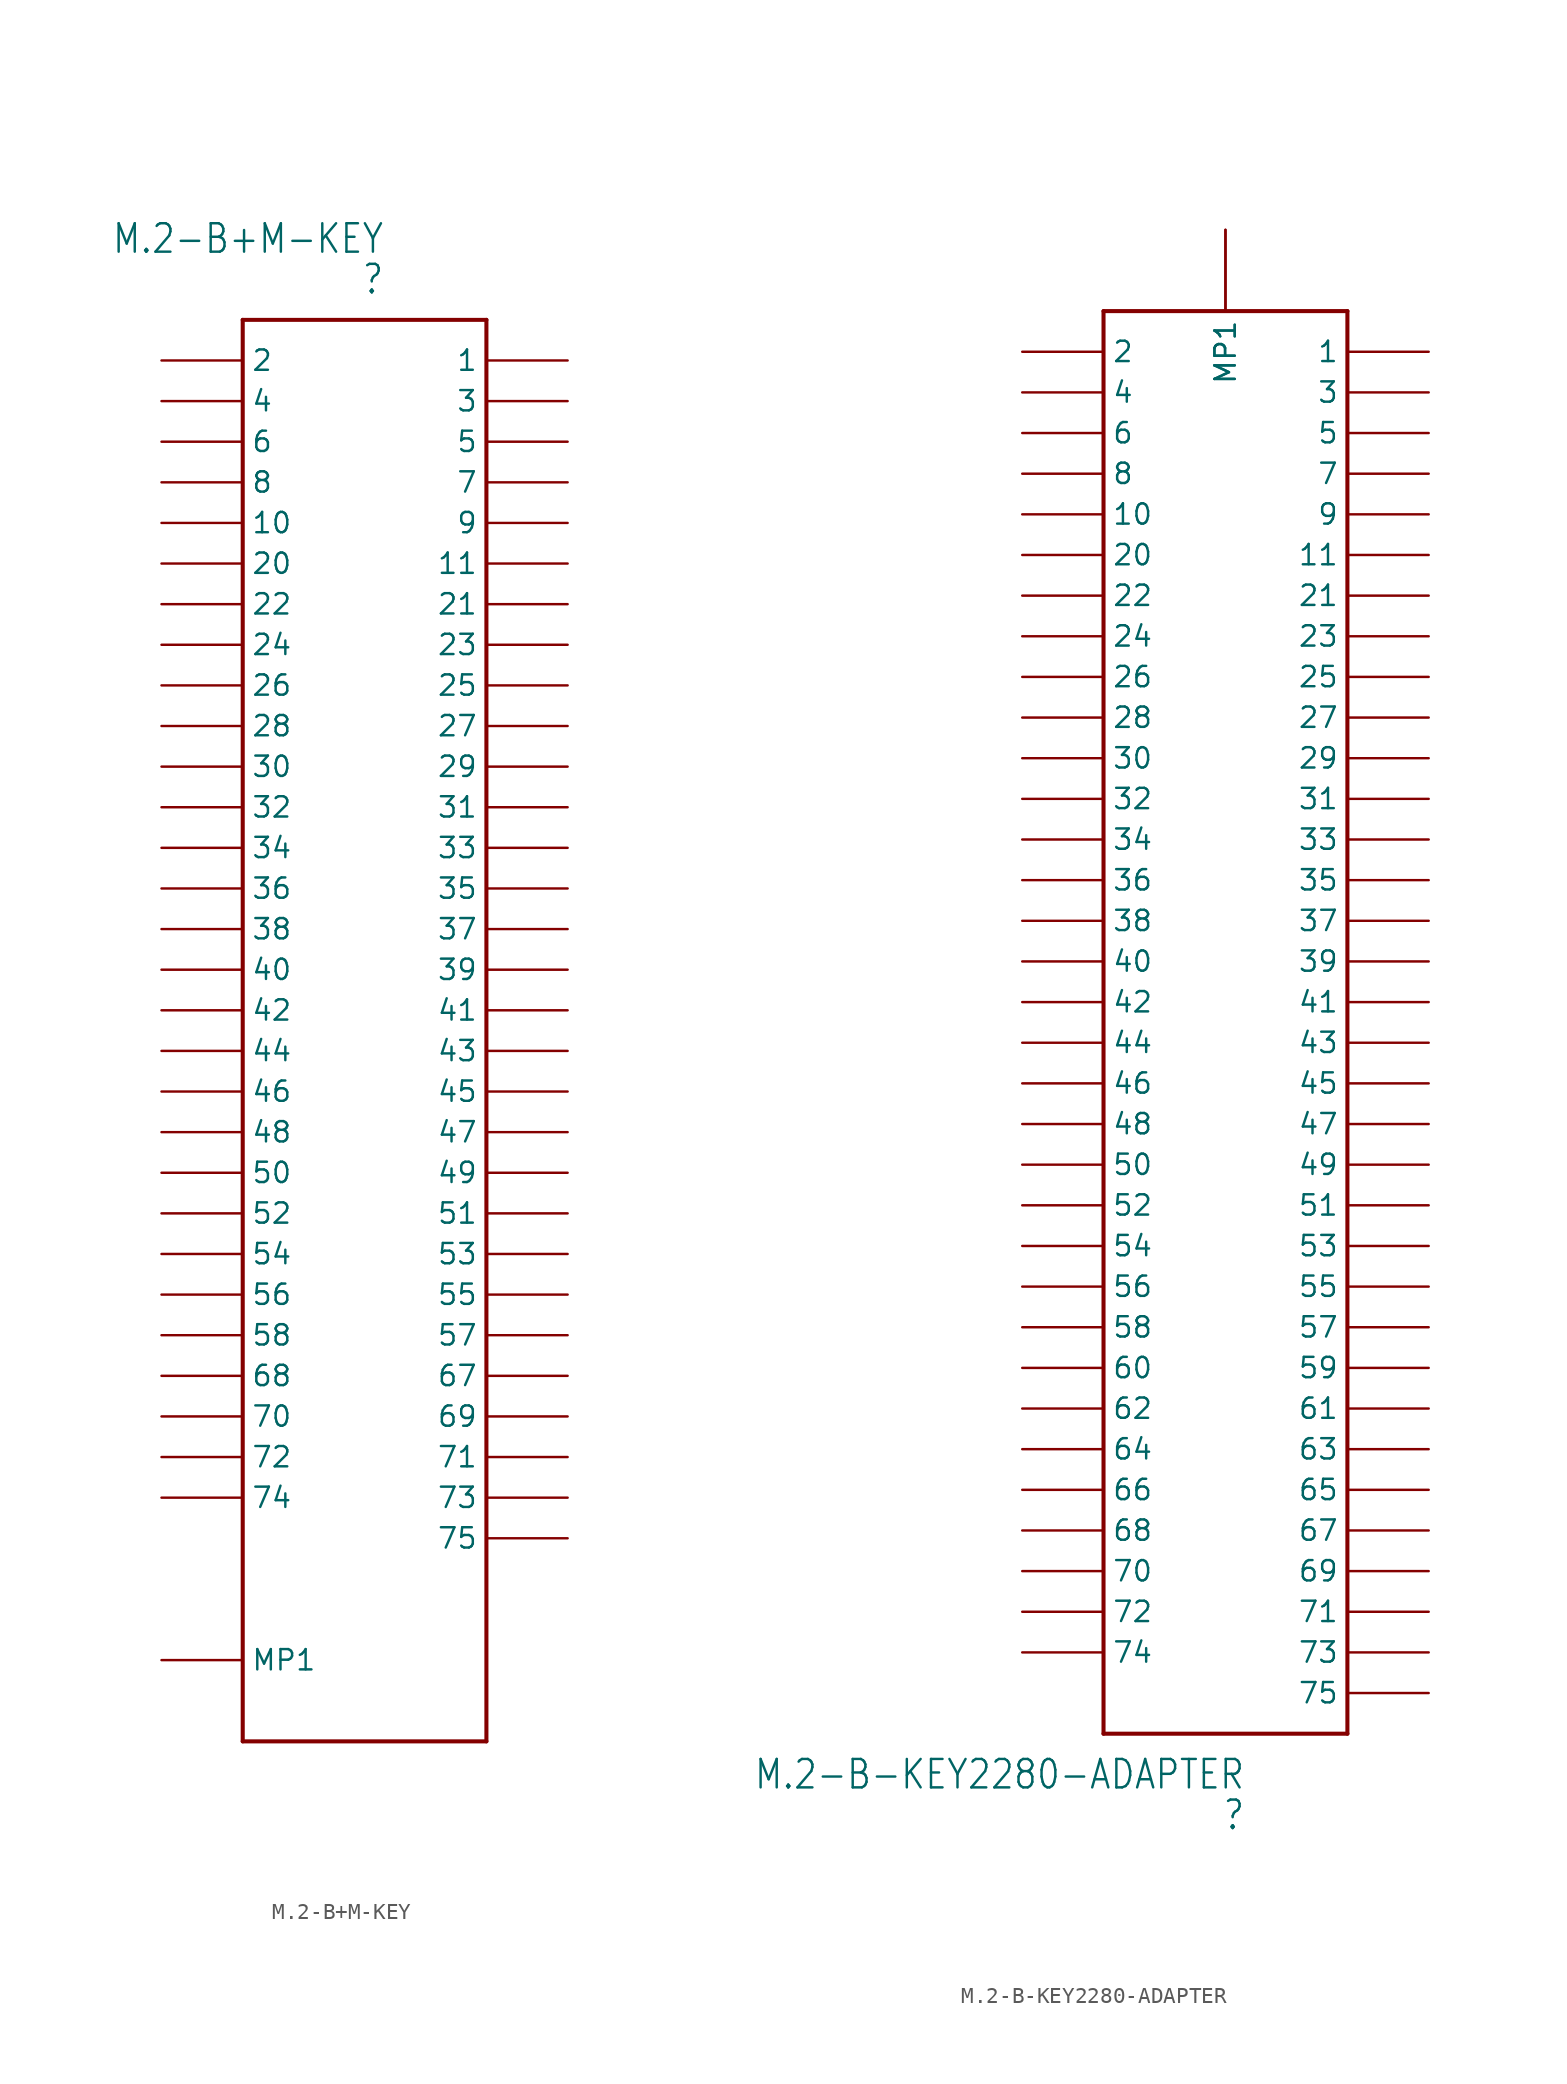
<source format=kicad_sym>
(kicad_symbol_lib
  (version 20200908)
  (generator kicad_symbol_editor)
  (symbol "M.2-B+M-KEY"
    (property "Reference" ""
      (at 8.89 91.44 0)
      (effects (font (size 1.778 1.511)) (justify right)))
    (property "Value" "M.2-B+M-KEY"
      (at 8.89 93.98 0)
      (effects (font (size 1.778 1.511)) (justify right)))
    (property "ki_locked" ""
      (at 0 0 0)
      (effects (font (size 1.27 1.27))))
    (symbol "M.2-B+M-KEY_1_0"
      (polyline (pts (xy 15.24 88.9) (xy 15.24 0)) (stroke (width 0.254)) (fill (type none)))
      (polyline (pts (xy 0 0) (xy 15.24 0)) (stroke (width 0.254)) (fill (type none)))
      (polyline (pts (xy 0 0) (xy 0 88.9)) (stroke (width 0.254)) (fill (type none)))
      (polyline (pts (xy 15.24 88.9) (xy 0 88.9)) (stroke (width 0.254)) (fill (type none)))
      (pin bidirectional line (at 20.32 86.36 180) (length 5.08) (name "1" (effects (font (size 1.27 1.27)))) (number "P$1" (effects (font (size 0 0)))))
      (pin bidirectional line (at -5.08 86.36 0) (length 5.08) (name "2" (effects (font (size 1.27 1.27)))) (number "P$2" (effects (font (size 0 0)))))
      (pin bidirectional line (at 20.32 83.82 180) (length 5.08) (name "3" (effects (font (size 1.27 1.27)))) (number "P$3" (effects (font (size 0 0)))))
      (pin bidirectional line (at -5.08 83.82 0) (length 5.08) (name "4" (effects (font (size 1.27 1.27)))) (number "P$4" (effects (font (size 0 0)))))
      (pin bidirectional line (at 20.32 81.28 180) (length 5.08) (name "5" (effects (font (size 1.27 1.27)))) (number "P$5" (effects (font (size 0 0)))))
      (pin bidirectional line (at -5.08 81.28 0) (length 5.08) (name "6" (effects (font (size 1.27 1.27)))) (number "P$6" (effects (font (size 0 0)))))
      (pin bidirectional line (at 20.32 78.74 180) (length 5.08) (name "7" (effects (font (size 1.27 1.27)))) (number "P$7" (effects (font (size 0 0)))))
      (pin bidirectional line (at -5.08 78.74 0) (length 5.08) (name "8" (effects (font (size 1.27 1.27)))) (number "P$8" (effects (font (size 0 0)))))
      (pin bidirectional line (at 20.32 76.2 180) (length 5.08) (name "9" (effects (font (size 1.27 1.27)))) (number "P$9" (effects (font (size 0 0)))))
      (pin bidirectional line (at -5.08 76.2 0) (length 5.08) (name "10" (effects (font (size 1.27 1.27)))) (number "P$10" (effects (font (size 0 0)))))
      (pin bidirectional line (at 20.32 73.66 180) (length 5.08) (name "11" (effects (font (size 1.27 1.27)))) (number "P$11" (effects (font (size 0 0)))))
      (pin bidirectional line (at -5.08 73.66 0) (length 5.08) (name "20" (effects (font (size 1.27 1.27)))) (number "P$20" (effects (font (size 0 0)))))
      (pin bidirectional line (at 20.32 71.12 180) (length 5.08) (name "21" (effects (font (size 1.27 1.27)))) (number "P$21" (effects (font (size 0 0)))))
      (pin bidirectional line (at -5.08 71.12 0) (length 5.08) (name "22" (effects (font (size 1.27 1.27)))) (number "P$22" (effects (font (size 0 0)))))
      (pin bidirectional line (at 20.32 68.58 180) (length 5.08) (name "23" (effects (font (size 1.27 1.27)))) (number "P$23" (effects (font (size 0 0)))))
      (pin bidirectional line (at -5.08 68.58 0) (length 5.08) (name "24" (effects (font (size 1.27 1.27)))) (number "P$24" (effects (font (size 0 0)))))
      (pin bidirectional line (at 20.32 66.04 180) (length 5.08) (name "25" (effects (font (size 1.27 1.27)))) (number "P$25" (effects (font (size 0 0)))))
      (pin bidirectional line (at -5.08 66.04 0) (length 5.08) (name "26" (effects (font (size 1.27 1.27)))) (number "P$26" (effects (font (size 0 0)))))
      (pin bidirectional line (at 20.32 63.5 180) (length 5.08) (name "27" (effects (font (size 1.27 1.27)))) (number "P$27" (effects (font (size 0 0)))))
      (pin bidirectional line (at -5.08 63.5 0) (length 5.08) (name "28" (effects (font (size 1.27 1.27)))) (number "P$28" (effects (font (size 0 0)))))
      (pin bidirectional line (at 20.32 60.96 180) (length 5.08) (name "29" (effects (font (size 1.27 1.27)))) (number "P$29" (effects (font (size 0 0)))))
      (pin bidirectional line (at -5.08 60.96 0) (length 5.08) (name "30" (effects (font (size 1.27 1.27)))) (number "P$30" (effects (font (size 0 0)))))
      (pin bidirectional line (at 20.32 58.42 180) (length 5.08) (name "31" (effects (font (size 1.27 1.27)))) (number "P$31" (effects (font (size 0 0)))))
      (pin bidirectional line (at -5.08 58.42 0) (length 5.08) (name "32" (effects (font (size 1.27 1.27)))) (number "P$32" (effects (font (size 0 0)))))
      (pin bidirectional line (at 20.32 55.88 180) (length 5.08) (name "33" (effects (font (size 1.27 1.27)))) (number "P$33" (effects (font (size 0 0)))))
      (pin bidirectional line (at -5.08 55.88 0) (length 5.08) (name "34" (effects (font (size 1.27 1.27)))) (number "P$34" (effects (font (size 0 0)))))
      (pin bidirectional line (at 20.32 53.34 180) (length 5.08) (name "35" (effects (font (size 1.27 1.27)))) (number "P$35" (effects (font (size 0 0)))))
      (pin bidirectional line (at -5.08 53.34 0) (length 5.08) (name "36" (effects (font (size 1.27 1.27)))) (number "P$36" (effects (font (size 0 0)))))
      (pin bidirectional line (at 20.32 50.8 180) (length 5.08) (name "37" (effects (font (size 1.27 1.27)))) (number "P$37" (effects (font (size 0 0)))))
      (pin bidirectional line (at -5.08 50.8 0) (length 5.08) (name "38" (effects (font (size 1.27 1.27)))) (number "P$38" (effects (font (size 0 0)))))
      (pin bidirectional line (at 20.32 48.26 180) (length 5.08) (name "39" (effects (font (size 1.27 1.27)))) (number "P$39" (effects (font (size 0 0)))))
      (pin bidirectional line (at -5.08 48.26 0) (length 5.08) (name "40" (effects (font (size 1.27 1.27)))) (number "P$40" (effects (font (size 0 0)))))
      (pin bidirectional line (at 20.32 45.72 180) (length 5.08) (name "41" (effects (font (size 1.27 1.27)))) (number "P$41" (effects (font (size 0 0)))))
      (pin bidirectional line (at -5.08 45.72 0) (length 5.08) (name "42" (effects (font (size 1.27 1.27)))) (number "P$42" (effects (font (size 0 0)))))
      (pin bidirectional line (at 20.32 43.18 180) (length 5.08) (name "43" (effects (font (size 1.27 1.27)))) (number "P$43" (effects (font (size 0 0)))))
      (pin bidirectional line (at -5.08 43.18 0) (length 5.08) (name "44" (effects (font (size 1.27 1.27)))) (number "P$44" (effects (font (size 0 0)))))
      (pin bidirectional line (at 20.32 40.64 180) (length 5.08) (name "45" (effects (font (size 1.27 1.27)))) (number "P$45" (effects (font (size 0 0)))))
      (pin bidirectional line (at -5.08 40.64 0) (length 5.08) (name "46" (effects (font (size 1.27 1.27)))) (number "P$46" (effects (font (size 0 0)))))
      (pin bidirectional line (at 20.32 38.1 180) (length 5.08) (name "47" (effects (font (size 1.27 1.27)))) (number "P$47" (effects (font (size 0 0)))))
      (pin bidirectional line (at -5.08 38.1 0) (length 5.08) (name "48" (effects (font (size 1.27 1.27)))) (number "P$48" (effects (font (size 0 0)))))
      (pin bidirectional line (at 20.32 35.56 180) (length 5.08) (name "49" (effects (font (size 1.27 1.27)))) (number "P$49" (effects (font (size 0 0)))))
      (pin bidirectional line (at -5.08 35.56 0) (length 5.08) (name "50" (effects (font (size 1.27 1.27)))) (number "P$50" (effects (font (size 0 0)))))
      (pin bidirectional line (at 20.32 33.02 180) (length 5.08) (name "51" (effects (font (size 1.27 1.27)))) (number "P$51" (effects (font (size 0 0)))))
      (pin bidirectional line (at -5.08 33.02 0) (length 5.08) (name "52" (effects (font (size 1.27 1.27)))) (number "P$52" (effects (font (size 0 0)))))
      (pin bidirectional line (at 20.32 30.48 180) (length 5.08) (name "53" (effects (font (size 1.27 1.27)))) (number "P$53" (effects (font (size 0 0)))))
      (pin bidirectional line (at -5.08 30.48 0) (length 5.08) (name "54" (effects (font (size 1.27 1.27)))) (number "P$54" (effects (font (size 0 0)))))
      (pin bidirectional line (at 20.32 27.94 180) (length 5.08) (name "55" (effects (font (size 1.27 1.27)))) (number "P$55" (effects (font (size 0 0)))))
      (pin bidirectional line (at -5.08 27.94 0) (length 5.08) (name "56" (effects (font (size 1.27 1.27)))) (number "P$56" (effects (font (size 0 0)))))
      (pin bidirectional line (at 20.32 25.4 180) (length 5.08) (name "57" (effects (font (size 1.27 1.27)))) (number "P$57" (effects (font (size 0 0)))))
      (pin bidirectional line (at 20.32 22.86 180) (length 5.08) (name "67" (effects (font (size 1.27 1.27)))) (number "P$67" (effects (font (size 0 0)))))
      (pin bidirectional line (at -5.08 22.86 0) (length 5.08) (name "68" (effects (font (size 1.27 1.27)))) (number "P$68" (effects (font (size 0 0)))))
      (pin bidirectional line (at 20.32 20.32 180) (length 5.08) (name "69" (effects (font (size 1.27 1.27)))) (number "P$69" (effects (font (size 0 0)))))
      (pin bidirectional line (at -5.08 20.32 0) (length 5.08) (name "70" (effects (font (size 1.27 1.27)))) (number "P$70" (effects (font (size 0 0)))))
      (pin bidirectional line (at 20.32 17.78 180) (length 5.08) (name "71" (effects (font (size 1.27 1.27)))) (number "P$71" (effects (font (size 0 0)))))
      (pin bidirectional line (at -5.08 17.78 0) (length 5.08) (name "72" (effects (font (size 1.27 1.27)))) (number "P$72" (effects (font (size 0 0)))))
      (pin bidirectional line (at 20.32 15.24 180) (length 5.08) (name "73" (effects (font (size 1.27 1.27)))) (number "P$73" (effects (font (size 0 0)))))
      (pin bidirectional line (at -5.08 15.24 0) (length 5.08) (name "74" (effects (font (size 1.27 1.27)))) (number "P$74" (effects (font (size 0 0)))))
      (pin bidirectional line (at 20.32 12.7 180) (length 5.08) (name "75" (effects (font (size 1.27 1.27)))) (number "P$75" (effects (font (size 0 0)))))
      (pin bidirectional line (at -5.08 5.08 0) (length 5.08) (name "MP1" (effects (font (size 1.27 1.27)))) (number "MOUNTING-HOLE" (effects (font (size 0 0)))))
      (pin bidirectional line (at -5.08 25.4 0) (length 5.08) (name "58" (effects (font (size 1.27 1.27)))) (number "P$58" (effects (font (size 0 0)))))))
  (symbol "M.2-B-KEY2280-ADAPTER"
    (property "Reference" ""
      (at 8.89 -5.08 0)
      (effects (font (size 1.778 1.511)) (justify right)))
    (property "Value" "M.2-B-KEY2280-ADAPTER"
      (at 8.89 -2.54 0)
      (effects (font (size 1.778 1.511)) (justify right)))
    (property "ki_locked" ""
      (at 0 0 0)
      (effects (font (size 1.27 1.27))))
    (symbol "M.2-B-KEY2280-ADAPTER_1_0"
      (polyline (pts (xy 15.24 88.9) (xy 15.24 0)) (stroke (width 0.254)) (fill (type none)))
      (polyline (pts (xy 0 0) (xy 15.24 0)) (stroke (width 0.254)) (fill (type none)))
      (polyline (pts (xy 0 0) (xy 0 88.9)) (stroke (width 0.254)) (fill (type none)))
      (polyline (pts (xy 15.24 88.9) (xy 0 88.9)) (stroke (width 0.254)) (fill (type none)))
      (pin bidirectional line (at 20.32 86.36 180) (length 5.08) (name "1" (effects (font (size 1.27 1.27)))) (number "P$1" (effects (font (size 0 0)))))
      (pin bidirectional line (at -5.08 86.36 0) (length 5.08) (name "2" (effects (font (size 1.27 1.27)))) (number "P$2" (effects (font (size 0 0)))))
      (pin bidirectional line (at 20.32 83.82 180) (length 5.08) (name "3" (effects (font (size 1.27 1.27)))) (number "P$3" (effects (font (size 0 0)))))
      (pin bidirectional line (at -5.08 83.82 0) (length 5.08) (name "4" (effects (font (size 1.27 1.27)))) (number "P$4" (effects (font (size 0 0)))))
      (pin bidirectional line (at 20.32 81.28 180) (length 5.08) (name "5" (effects (font (size 1.27 1.27)))) (number "P$5" (effects (font (size 0 0)))))
      (pin bidirectional line (at -5.08 81.28 0) (length 5.08) (name "6" (effects (font (size 1.27 1.27)))) (number "P$6" (effects (font (size 0 0)))))
      (pin bidirectional line (at 20.32 78.74 180) (length 5.08) (name "7" (effects (font (size 1.27 1.27)))) (number "P$7" (effects (font (size 0 0)))))
      (pin bidirectional line (at -5.08 78.74 0) (length 5.08) (name "8" (effects (font (size 1.27 1.27)))) (number "P$8" (effects (font (size 0 0)))))
      (pin bidirectional line (at 20.32 76.2 180) (length 5.08) (name "9" (effects (font (size 1.27 1.27)))) (number "P$9" (effects (font (size 0 0)))))
      (pin bidirectional line (at -5.08 76.2 0) (length 5.08) (name "10" (effects (font (size 1.27 1.27)))) (number "P$10" (effects (font (size 0 0)))))
      (pin bidirectional line (at 20.32 73.66 180) (length 5.08) (name "11" (effects (font (size 1.27 1.27)))) (number "P$11" (effects (font (size 0 0)))))
      (pin bidirectional line (at -5.08 73.66 0) (length 5.08) (name "20" (effects (font (size 1.27 1.27)))) (number "P$20" (effects (font (size 0 0)))))
      (pin bidirectional line (at 20.32 71.12 180) (length 5.08) (name "21" (effects (font (size 1.27 1.27)))) (number "P$21" (effects (font (size 0 0)))))
      (pin bidirectional line (at -5.08 71.12 0) (length 5.08) (name "22" (effects (font (size 1.27 1.27)))) (number "P$22" (effects (font (size 0 0)))))
      (pin bidirectional line (at 20.32 68.58 180) (length 5.08) (name "23" (effects (font (size 1.27 1.27)))) (number "P$23" (effects (font (size 0 0)))))
      (pin bidirectional line (at -5.08 68.58 0) (length 5.08) (name "24" (effects (font (size 1.27 1.27)))) (number "P$24" (effects (font (size 0 0)))))
      (pin bidirectional line (at 20.32 66.04 180) (length 5.08) (name "25" (effects (font (size 1.27 1.27)))) (number "P$25" (effects (font (size 0 0)))))
      (pin bidirectional line (at -5.08 66.04 0) (length 5.08) (name "26" (effects (font (size 1.27 1.27)))) (number "P$26" (effects (font (size 0 0)))))
      (pin bidirectional line (at 20.32 63.5 180) (length 5.08) (name "27" (effects (font (size 1.27 1.27)))) (number "P$27" (effects (font (size 0 0)))))
      (pin bidirectional line (at -5.08 63.5 0) (length 5.08) (name "28" (effects (font (size 1.27 1.27)))) (number "P$28" (effects (font (size 0 0)))))
      (pin bidirectional line (at 20.32 60.96 180) (length 5.08) (name "29" (effects (font (size 1.27 1.27)))) (number "P$29" (effects (font (size 0 0)))))
      (pin bidirectional line (at -5.08 60.96 0) (length 5.08) (name "30" (effects (font (size 1.27 1.27)))) (number "P$30" (effects (font (size 0 0)))))
      (pin bidirectional line (at 20.32 58.42 180) (length 5.08) (name "31" (effects (font (size 1.27 1.27)))) (number "P$31" (effects (font (size 0 0)))))
      (pin bidirectional line (at -5.08 58.42 0) (length 5.08) (name "32" (effects (font (size 1.27 1.27)))) (number "P$32" (effects (font (size 0 0)))))
      (pin bidirectional line (at 20.32 55.88 180) (length 5.08) (name "33" (effects (font (size 1.27 1.27)))) (number "P$33" (effects (font (size 0 0)))))
      (pin bidirectional line (at -5.08 55.88 0) (length 5.08) (name "34" (effects (font (size 1.27 1.27)))) (number "P$34" (effects (font (size 0 0)))))
      (pin bidirectional line (at 20.32 53.34 180) (length 5.08) (name "35" (effects (font (size 1.27 1.27)))) (number "P$35" (effects (font (size 0 0)))))
      (pin bidirectional line (at -5.08 53.34 0) (length 5.08) (name "36" (effects (font (size 1.27 1.27)))) (number "P$36" (effects (font (size 0 0)))))
      (pin bidirectional line (at 20.32 50.8 180) (length 5.08) (name "37" (effects (font (size 1.27 1.27)))) (number "P$37" (effects (font (size 0 0)))))
      (pin bidirectional line (at -5.08 50.8 0) (length 5.08) (name "38" (effects (font (size 1.27 1.27)))) (number "P$38" (effects (font (size 0 0)))))
      (pin bidirectional line (at 20.32 48.26 180) (length 5.08) (name "39" (effects (font (size 1.27 1.27)))) (number "P$39" (effects (font (size 0 0)))))
      (pin bidirectional line (at -5.08 48.26 0) (length 5.08) (name "40" (effects (font (size 1.27 1.27)))) (number "P$40" (effects (font (size 0 0)))))
      (pin bidirectional line (at 20.32 45.72 180) (length 5.08) (name "41" (effects (font (size 1.27 1.27)))) (number "P$41" (effects (font (size 0 0)))))
      (pin bidirectional line (at -5.08 45.72 0) (length 5.08) (name "42" (effects (font (size 1.27 1.27)))) (number "P$42" (effects (font (size 0 0)))))
      (pin bidirectional line (at 20.32 43.18 180) (length 5.08) (name "43" (effects (font (size 1.27 1.27)))) (number "P$43" (effects (font (size 0 0)))))
      (pin bidirectional line (at -5.08 43.18 0) (length 5.08) (name "44" (effects (font (size 1.27 1.27)))) (number "P$44" (effects (font (size 0 0)))))
      (pin bidirectional line (at 20.32 40.64 180) (length 5.08) (name "45" (effects (font (size 1.27 1.27)))) (number "P$45" (effects (font (size 0 0)))))
      (pin bidirectional line (at -5.08 40.64 0) (length 5.08) (name "46" (effects (font (size 1.27 1.27)))) (number "P$46" (effects (font (size 0 0)))))
      (pin bidirectional line (at 20.32 38.1 180) (length 5.08) (name "47" (effects (font (size 1.27 1.27)))) (number "P$47" (effects (font (size 0 0)))))
      (pin bidirectional line (at -5.08 38.1 0) (length 5.08) (name "48" (effects (font (size 1.27 1.27)))) (number "P$48" (effects (font (size 0 0)))))
      (pin bidirectional line (at 20.32 35.56 180) (length 5.08) (name "49" (effects (font (size 1.27 1.27)))) (number "P$49" (effects (font (size 0 0)))))
      (pin bidirectional line (at -5.08 35.56 0) (length 5.08) (name "50" (effects (font (size 1.27 1.27)))) (number "P$50" (effects (font (size 0 0)))))
      (pin bidirectional line (at 20.32 33.02 180) (length 5.08) (name "51" (effects (font (size 1.27 1.27)))) (number "P$51" (effects (font (size 0 0)))))
      (pin bidirectional line (at -5.08 33.02 0) (length 5.08) (name "52" (effects (font (size 1.27 1.27)))) (number "P$52" (effects (font (size 0 0)))))
      (pin bidirectional line (at 20.32 30.48 180) (length 5.08) (name "53" (effects (font (size 1.27 1.27)))) (number "P$53" (effects (font (size 0 0)))))
      (pin bidirectional line (at -5.08 30.48 0) (length 5.08) (name "54" (effects (font (size 1.27 1.27)))) (number "P$54" (effects (font (size 0 0)))))
      (pin bidirectional line (at 20.32 27.94 180) (length 5.08) (name "55" (effects (font (size 1.27 1.27)))) (number "P$55" (effects (font (size 0 0)))))
      (pin bidirectional line (at -5.08 27.94 0) (length 5.08) (name "56" (effects (font (size 1.27 1.27)))) (number "P$56" (effects (font (size 0 0)))))
      (pin bidirectional line (at 20.32 25.4 180) (length 5.08) (name "57" (effects (font (size 1.27 1.27)))) (number "P$57" (effects (font (size 0 0)))))
      (pin bidirectional line (at -5.08 25.4 0) (length 5.08) (name "58" (effects (font (size 1.27 1.27)))) (number "P$58" (effects (font (size 0 0)))))
      (pin bidirectional line (at 20.32 22.86 180) (length 5.08) (name "59" (effects (font (size 1.27 1.27)))) (number "P$59" (effects (font (size 0 0)))))
      (pin bidirectional line (at -5.08 22.86 0) (length 5.08) (name "60" (effects (font (size 1.27 1.27)))) (number "P$60" (effects (font (size 0 0)))))
      (pin bidirectional line (at 20.32 20.32 180) (length 5.08) (name "61" (effects (font (size 1.27 1.27)))) (number "P$61" (effects (font (size 0 0)))))
      (pin bidirectional line (at -5.08 20.32 0) (length 5.08) (name "62" (effects (font (size 1.27 1.27)))) (number "P$62" (effects (font (size 0 0)))))
      (pin bidirectional line (at 20.32 17.78 180) (length 5.08) (name "63" (effects (font (size 1.27 1.27)))) (number "P$63" (effects (font (size 0 0)))))
      (pin bidirectional line (at -5.08 17.78 0) (length 5.08) (name "64" (effects (font (size 1.27 1.27)))) (number "P$64" (effects (font (size 0 0)))))
      (pin bidirectional line (at 20.32 15.24 180) (length 5.08) (name "65" (effects (font (size 1.27 1.27)))) (number "P$65" (effects (font (size 0 0)))))
      (pin bidirectional line (at -5.08 15.24 0) (length 5.08) (name "66" (effects (font (size 1.27 1.27)))) (number "P$66" (effects (font (size 0 0)))))
      (pin bidirectional line (at 20.32 12.7 180) (length 5.08) (name "67" (effects (font (size 1.27 1.27)))) (number "P$67" (effects (font (size 0 0)))))
      (pin bidirectional line (at -5.08 12.7 0) (length 5.08) (name "68" (effects (font (size 1.27 1.27)))) (number "P$68" (effects (font (size 0 0)))))
      (pin bidirectional line (at 20.32 10.16 180) (length 5.08) (name "69" (effects (font (size 1.27 1.27)))) (number "P$69" (effects (font (size 0 0)))))
      (pin bidirectional line (at -5.08 10.16 0) (length 5.08) (name "70" (effects (font (size 1.27 1.27)))) (number "P$70" (effects (font (size 0 0)))))
      (pin bidirectional line (at 20.32 7.62 180) (length 5.08) (name "71" (effects (font (size 1.27 1.27)))) (number "P$71" (effects (font (size 0 0)))))
      (pin bidirectional line (at -5.08 7.62 0) (length 5.08) (name "72" (effects (font (size 1.27 1.27)))) (number "P$72" (effects (font (size 0 0)))))
      (pin bidirectional line (at 20.32 5.08 180) (length 5.08) (name "73" (effects (font (size 1.27 1.27)))) (number "P$73" (effects (font (size 0 0)))))
      (pin bidirectional line (at -5.08 5.08 0) (length 5.08) (name "74" (effects (font (size 1.27 1.27)))) (number "P$74" (effects (font (size 0 0)))))
      (pin bidirectional line (at 20.32 2.54 180) (length 5.08) (name "75" (effects (font (size 1.27 1.27)))) (number "P$75" (effects (font (size 0 0)))))
      (pin bidirectional line (at 7.62 93.98 270) (length 5.08) (name "MP1" (effects (font (size 1.27 1.27)))) (number "MOUNTING-HOLE" (effects (font (size 0 0)))))
      (pin bidirectional line (at 7.62 93.98 270) (length 5.08) (name "MP1" (effects (font (size 1.27 1.27)))) (number "MOUNTING-HOLE2" (effects (font (size 0 0))))))))
</source>
